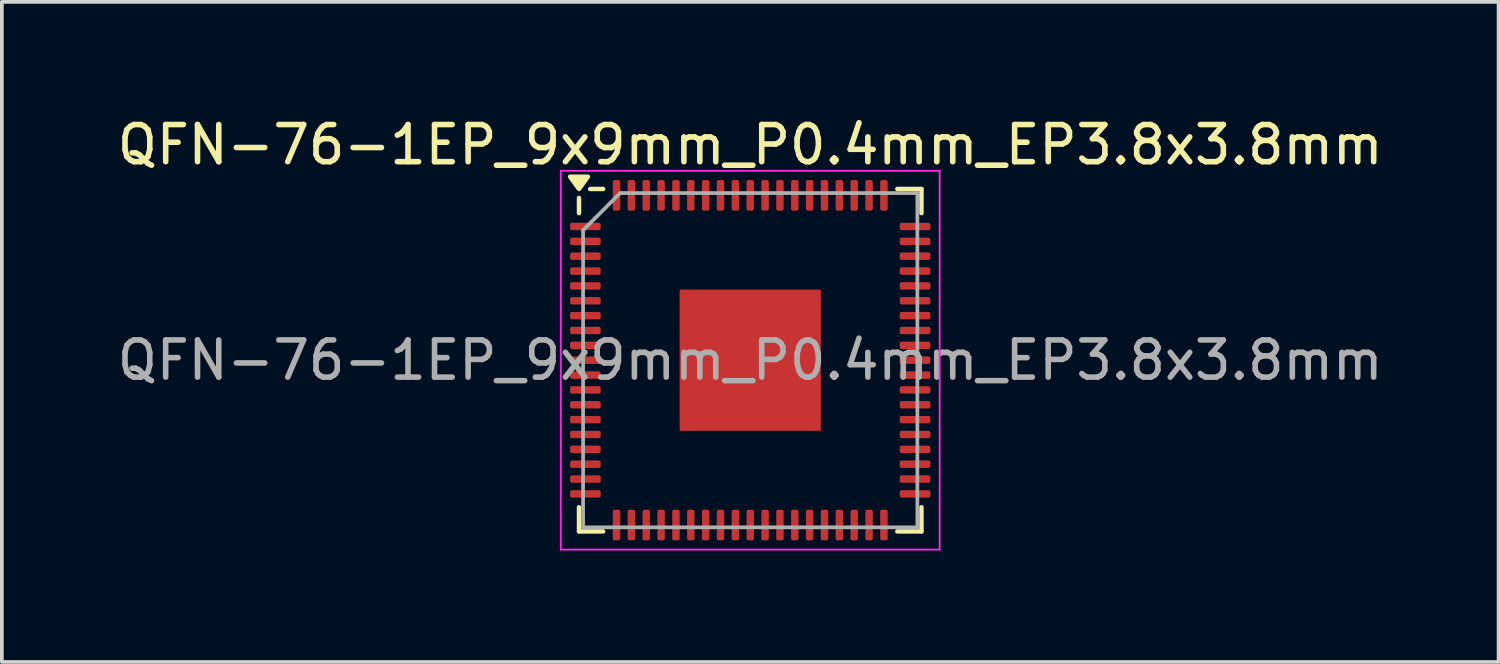
<source format=kicad_pcb>
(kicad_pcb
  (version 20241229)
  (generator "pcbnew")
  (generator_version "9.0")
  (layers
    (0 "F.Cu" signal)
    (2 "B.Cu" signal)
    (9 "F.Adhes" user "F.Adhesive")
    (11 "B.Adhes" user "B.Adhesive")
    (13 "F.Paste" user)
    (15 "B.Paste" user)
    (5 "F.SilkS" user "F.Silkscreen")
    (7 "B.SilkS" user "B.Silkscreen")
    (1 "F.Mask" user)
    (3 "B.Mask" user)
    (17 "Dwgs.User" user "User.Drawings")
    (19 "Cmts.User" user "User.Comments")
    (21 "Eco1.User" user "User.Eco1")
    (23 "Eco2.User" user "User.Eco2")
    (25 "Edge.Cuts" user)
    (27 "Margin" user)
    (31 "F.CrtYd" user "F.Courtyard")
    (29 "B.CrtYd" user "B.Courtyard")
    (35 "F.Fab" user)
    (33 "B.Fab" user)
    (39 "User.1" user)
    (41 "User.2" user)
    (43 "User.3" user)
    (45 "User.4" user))
  (footprint "QFN-76-1EP_9x9mm_P0.4mm_EP3.8x3.8mm"
    (layer "F.Cu")
    (at 17.149 6.648)
    (property "Reference" "QFN-76-1EP_9x9mm_P0.4mm_EP3.8x3.8mm" (at 0 -5.8 0) (layer "F.SilkS") (effects (font (size 1 1) (thickness 0.15))))
    (attr smd)
    (fp_line (start -4.61 -3.96) (end -4.61 -4.37) (stroke (width 0.12) (type solid)) (layer "F.SilkS"))
    (fp_line (start -4.61 4.61) (end -4.61 3.96) (stroke (width 0.12) (type solid)) (layer "F.SilkS"))
    (fp_line (start -3.96 -4.61) (end -4.31 -4.61) (stroke (width 0.12) (type solid)) (layer "F.SilkS"))
    (fp_line (start -3.96 4.61) (end -4.61 4.61) (stroke (width 0.12) (type solid)) (layer "F.SilkS"))
    (fp_line (start 3.96 -4.61) (end 4.61 -4.61) (stroke (width 0.12) (type solid)) (layer "F.SilkS"))
    (fp_line (start 3.96 4.61) (end 4.61 4.61) (stroke (width 0.12) (type solid)) (layer "F.SilkS"))
    (fp_line (start 4.61 -4.61) (end 4.61 -3.96) (stroke (width 0.12) (type solid)) (layer "F.SilkS"))
    (fp_line (start 4.61 4.61) (end 4.61 3.96) (stroke (width 0.12) (type solid)) (layer "F.SilkS"))
    (fp_poly (pts (xy -4.61 -4.61) (xy -4.85 -4.94) (xy -4.37 -4.94) (xy -4.61 -4.61)) (stroke (width 0.12) (type solid)) (fill yes) (layer "F.SilkS"))
    (fp_line (start -5.1 -5.1) (end -5.1 5.1) (stroke (width 0.05) (type solid)) (layer "F.CrtYd"))
    (fp_line (start -5.1 5.1) (end 5.1 5.1) (stroke (width 0.05) (type solid)) (layer "F.CrtYd"))
    (fp_line (start 5.1 -5.1) (end -5.1 -5.1) (stroke (width 0.05) (type solid)) (layer "F.CrtYd"))
    (fp_line (start 5.1 5.1) (end 5.1 -5.1) (stroke (width 0.05) (type solid)) (layer "F.CrtYd"))
    (fp_line (start -4.5 -3.5) (end -3.5 -4.5) (stroke (width 0.1) (type solid)) (layer "F.Fab"))
    (fp_line (start -4.5 4.5) (end -4.5 -3.5) (stroke (width 0.1) (type solid)) (layer "F.Fab"))
    (fp_line (start -3.5 -4.5) (end 4.5 -4.5) (stroke (width 0.1) (type solid)) (layer "F.Fab"))
    (fp_line (start 4.5 -4.5) (end 4.5 4.5) (stroke (width 0.1) (type solid)) (layer "F.Fab"))
    (fp_line (start 4.5 4.5) (end -4.5 4.5) (stroke (width 0.1) (type solid)) (layer "F.Fab"))
    (fp_text user "${REFERENCE}" (at 0 0 0) (layer "F.Fab") (effects (font (size 1 1) (thickness 0.15))))
    (pad "" smd roundrect (at -1.27 -1.27) (size 1.02 1.02) (layers "F.Paste") (roundrect_rratio 0.245))
    (pad "" smd roundrect (at -1.27 0) (size 1.02 1.02) (layers "F.Paste") (roundrect_rratio 0.245))
    (pad "" smd roundrect (at -1.27 1.27) (size 1.02 1.02) (layers "F.Paste") (roundrect_rratio 0.245))
    (pad "" smd roundrect (at 0 -1.27) (size 1.02 1.02) (layers "F.Paste") (roundrect_rratio 0.245))
    (pad "" smd roundrect (at 0 0) (size 1.02 1.02) (layers "F.Paste") (roundrect_rratio 0.245))
    (pad "" smd roundrect (at 0 1.27) (size 1.02 1.02) (layers "F.Paste") (roundrect_rratio 0.245))
    (pad "" smd roundrect (at 1.27 -1.27) (size 1.02 1.02) (layers "F.Paste") (roundrect_rratio 0.245))
    (pad "" smd roundrect (at 1.27 0) (size 1.02 1.02) (layers "F.Paste") (roundrect_rratio 0.245))
    (pad "" smd roundrect (at 1.27 1.27) (size 1.02 1.02) (layers "F.Paste") (roundrect_rratio 0.245))
    (pad "1" smd roundrect (at -4.438 -3.6) (size 0.825 0.2) (layers "F.Cu" "F.Mask" "F.Paste") (roundrect_rratio 0.25))
    (pad "2" smd roundrect (at -4.438 -3.2) (size 0.825 0.2) (layers "F.Cu" "F.Mask" "F.Paste") (roundrect_rratio 0.25))
    (pad "3" smd roundrect (at -4.438 -2.8) (size 0.825 0.2) (layers "F.Cu" "F.Mask" "F.Paste") (roundrect_rratio 0.25))
    (pad "4" smd roundrect (at -4.438 -2.4) (size 0.825 0.2) (layers "F.Cu" "F.Mask" "F.Paste") (roundrect_rratio 0.25))
    (pad "5" smd roundrect (at -4.438 -2) (size 0.825 0.2) (layers "F.Cu" "F.Mask" "F.Paste") (roundrect_rratio 0.25))
    (pad "6" smd roundrect (at -4.438 -1.6) (size 0.825 0.2) (layers "F.Cu" "F.Mask" "F.Paste") (roundrect_rratio 0.25))
    (pad "7" smd roundrect (at -4.438 -1.2) (size 0.825 0.2) (layers "F.Cu" "F.Mask" "F.Paste") (roundrect_rratio 0.25))
    (pad "8" smd roundrect (at -4.438 -0.8) (size 0.825 0.2) (layers "F.Cu" "F.Mask" "F.Paste") (roundrect_rratio 0.25))
    (pad "9" smd roundrect (at -4.438 -0.4) (size 0.825 0.2) (layers "F.Cu" "F.Mask" "F.Paste") (roundrect_rratio 0.25))
    (pad "10" smd roundrect (at -4.438 0) (size 0.825 0.2) (layers "F.Cu" "F.Mask" "F.Paste") (roundrect_rratio 0.25))
    (pad "11" smd roundrect (at -4.438 0.4) (size 0.825 0.2) (layers "F.Cu" "F.Mask" "F.Paste") (roundrect_rratio 0.25))
    (pad "12" smd roundrect (at -4.438 0.8) (size 0.825 0.2) (layers "F.Cu" "F.Mask" "F.Paste") (roundrect_rratio 0.25))
    (pad "13" smd roundrect (at -4.438 1.2) (size 0.825 0.2) (layers "F.Cu" "F.Mask" "F.Paste") (roundrect_rratio 0.25))
    (pad "14" smd roundrect (at -4.438 1.6) (size 0.825 0.2) (layers "F.Cu" "F.Mask" "F.Paste") (roundrect_rratio 0.25))
    (pad "15" smd roundrect (at -4.438 2) (size 0.825 0.2) (layers "F.Cu" "F.Mask" "F.Paste") (roundrect_rratio 0.25))
    (pad "16" smd roundrect (at -4.438 2.4) (size 0.825 0.2) (layers "F.Cu" "F.Mask" "F.Paste") (roundrect_rratio 0.25))
    (pad "17" smd roundrect (at -4.438 2.8) (size 0.825 0.2) (layers "F.Cu" "F.Mask" "F.Paste") (roundrect_rratio 0.25))
    (pad "18" smd roundrect (at -4.438 3.2) (size 0.825 0.2) (layers "F.Cu" "F.Mask" "F.Paste") (roundrect_rratio 0.25))
    (pad "19" smd roundrect (at -4.438 3.6) (size 0.825 0.2) (layers "F.Cu" "F.Mask" "F.Paste") (roundrect_rratio 0.25))
    (pad "20" smd roundrect (at -3.6 4.438) (size 0.2 0.825) (layers "F.Cu" "F.Mask" "F.Paste") (roundrect_rratio 0.25))
    (pad "21" smd roundrect (at -3.2 4.438) (size 0.2 0.825) (layers "F.Cu" "F.Mask" "F.Paste") (roundrect_rratio 0.25))
    (pad "22" smd roundrect (at -2.8 4.438) (size 0.2 0.825) (layers "F.Cu" "F.Mask" "F.Paste") (roundrect_rratio 0.25))
    (pad "23" smd roundrect (at -2.4 4.438) (size 0.2 0.825) (layers "F.Cu" "F.Mask" "F.Paste") (roundrect_rratio 0.25))
    (pad "24" smd roundrect (at -2 4.438) (size 0.2 0.825) (layers "F.Cu" "F.Mask" "F.Paste") (roundrect_rratio 0.25))
    (pad "25" smd roundrect (at -1.6 4.438) (size 0.2 0.825) (layers "F.Cu" "F.Mask" "F.Paste") (roundrect_rratio 0.25))
    (pad "26" smd roundrect (at -1.2 4.438) (size 0.2 0.825) (layers "F.Cu" "F.Mask" "F.Paste") (roundrect_rratio 0.25))
    (pad "27" smd roundrect (at -0.8 4.438) (size 0.2 0.825) (layers "F.Cu" "F.Mask" "F.Paste") (roundrect_rratio 0.25))
    (pad "28" smd roundrect (at -0.4 4.438) (size 0.2 0.825) (layers "F.Cu" "F.Mask" "F.Paste") (roundrect_rratio 0.25))
    (pad "29" smd roundrect (at 0 4.438) (size 0.2 0.825) (layers "F.Cu" "F.Mask" "F.Paste") (roundrect_rratio 0.25))
    (pad "30" smd roundrect (at 0.4 4.438) (size 0.2 0.825) (layers "F.Cu" "F.Mask" "F.Paste") (roundrect_rratio 0.25))
    (pad "31" smd roundrect (at 0.8 4.438) (size 0.2 0.825) (layers "F.Cu" "F.Mask" "F.Paste") (roundrect_rratio 0.25))
    (pad "32" smd roundrect (at 1.2 4.438) (size 0.2 0.825) (layers "F.Cu" "F.Mask" "F.Paste") (roundrect_rratio 0.25))
    (pad "33" smd roundrect (at 1.6 4.438) (size 0.2 0.825) (layers "F.Cu" "F.Mask" "F.Paste") (roundrect_rratio 0.25))
    (pad "34" smd roundrect (at 2 4.438) (size 0.2 0.825) (layers "F.Cu" "F.Mask" "F.Paste") (roundrect_rratio 0.25))
    (pad "35" smd roundrect (at 2.4 4.438) (size 0.2 0.825) (layers "F.Cu" "F.Mask" "F.Paste") (roundrect_rratio 0.25))
    (pad "36" smd roundrect (at 2.8 4.438) (size 0.2 0.825) (layers "F.Cu" "F.Mask" "F.Paste") (roundrect_rratio 0.25))
    (pad "37" smd roundrect (at 3.2 4.438) (size 0.2 0.825) (layers "F.Cu" "F.Mask" "F.Paste") (roundrect_rratio 0.25))
    (pad "38" smd roundrect (at 3.6 4.438) (size 0.2 0.825) (layers "F.Cu" "F.Mask" "F.Paste") (roundrect_rratio 0.25))
    (pad "39" smd roundrect (at 4.438 3.6) (size 0.825 0.2) (layers "F.Cu" "F.Mask" "F.Paste") (roundrect_rratio 0.25))
    (pad "40" smd roundrect (at 4.438 3.2) (size 0.825 0.2) (layers "F.Cu" "F.Mask" "F.Paste") (roundrect_rratio 0.25))
    (pad "41" smd roundrect (at 4.438 2.8) (size 0.825 0.2) (layers "F.Cu" "F.Mask" "F.Paste") (roundrect_rratio 0.25))
    (pad "42" smd roundrect (at 4.438 2.4) (size 0.825 0.2) (layers "F.Cu" "F.Mask" "F.Paste") (roundrect_rratio 0.25))
    (pad "43" smd roundrect (at 4.438 2) (size 0.825 0.2) (layers "F.Cu" "F.Mask" "F.Paste") (roundrect_rratio 0.25))
    (pad "44" smd roundrect (at 4.438 1.6) (size 0.825 0.2) (layers "F.Cu" "F.Mask" "F.Paste") (roundrect_rratio 0.25))
    (pad "45" smd roundrect (at 4.438 1.2) (size 0.825 0.2) (layers "F.Cu" "F.Mask" "F.Paste") (roundrect_rratio 0.25))
    (pad "46" smd roundrect (at 4.438 0.8) (size 0.825 0.2) (layers "F.Cu" "F.Mask" "F.Paste") (roundrect_rratio 0.25))
    (pad "47" smd roundrect (at 4.438 0.4) (size 0.825 0.2) (layers "F.Cu" "F.Mask" "F.Paste") (roundrect_rratio 0.25))
    (pad "48" smd roundrect (at 4.438 0) (size 0.825 0.2) (layers "F.Cu" "F.Mask" "F.Paste") (roundrect_rratio 0.25))
    (pad "49" smd roundrect (at 4.438 -0.4) (size 0.825 0.2) (layers "F.Cu" "F.Mask" "F.Paste") (roundrect_rratio 0.25))
    (pad "50" smd roundrect (at 4.438 -0.8) (size 0.825 0.2) (layers "F.Cu" "F.Mask" "F.Paste") (roundrect_rratio 0.25))
    (pad "51" smd roundrect (at 4.438 -1.2) (size 0.825 0.2) (layers "F.Cu" "F.Mask" "F.Paste") (roundrect_rratio 0.25))
    (pad "52" smd roundrect (at 4.438 -1.6) (size 0.825 0.2) (layers "F.Cu" "F.Mask" "F.Paste") (roundrect_rratio 0.25))
    (pad "53" smd roundrect (at 4.438 -2) (size 0.825 0.2) (layers "F.Cu" "F.Mask" "F.Paste") (roundrect_rratio 0.25))
    (pad "54" smd roundrect (at 4.438 -2.4) (size 0.825 0.2) (layers "F.Cu" "F.Mask" "F.Paste") (roundrect_rratio 0.25))
    (pad "55" smd roundrect (at 4.438 -2.8) (size 0.825 0.2) (layers "F.Cu" "F.Mask" "F.Paste") (roundrect_rratio 0.25))
    (pad "56" smd roundrect (at 4.438 -3.2) (size 0.825 0.2) (layers "F.Cu" "F.Mask" "F.Paste") (roundrect_rratio 0.25))
    (pad "57" smd roundrect (at 4.438 -3.6) (size 0.825 0.2) (layers "F.Cu" "F.Mask" "F.Paste") (roundrect_rratio 0.25))
    (pad "58" smd roundrect (at 3.6 -4.438) (size 0.2 0.825) (layers "F.Cu" "F.Mask" "F.Paste") (roundrect_rratio 0.25))
    (pad "59" smd roundrect (at 3.2 -4.438) (size 0.2 0.825) (layers "F.Cu" "F.Mask" "F.Paste") (roundrect_rratio 0.25))
    (pad "60" smd roundrect (at 2.8 -4.438) (size 0.2 0.825) (layers "F.Cu" "F.Mask" "F.Paste") (roundrect_rratio 0.25))
    (pad "61" smd roundrect (at 2.4 -4.438) (size 0.2 0.825) (layers "F.Cu" "F.Mask" "F.Paste") (roundrect_rratio 0.25))
    (pad "62" smd roundrect (at 2 -4.438) (size 0.2 0.825) (layers "F.Cu" "F.Mask" "F.Paste") (roundrect_rratio 0.25))
    (pad "63" smd roundrect (at 1.6 -4.438) (size 0.2 0.825) (layers "F.Cu" "F.Mask" "F.Paste") (roundrect_rratio 0.25))
    (pad "64" smd roundrect (at 1.2 -4.438) (size 0.2 0.825) (layers "F.Cu" "F.Mask" "F.Paste") (roundrect_rratio 0.25))
    (pad "65" smd roundrect (at 0.8 -4.438) (size 0.2 0.825) (layers "F.Cu" "F.Mask" "F.Paste") (roundrect_rratio 0.25))
    (pad "66" smd roundrect (at 0.4 -4.438) (size 0.2 0.825) (layers "F.Cu" "F.Mask" "F.Paste") (roundrect_rratio 0.25))
    (pad "67" smd roundrect (at 0 -4.438) (size 0.2 0.825) (layers "F.Cu" "F.Mask" "F.Paste") (roundrect_rratio 0.25))
    (pad "68" smd roundrect (at -0.4 -4.438) (size 0.2 0.825) (layers "F.Cu" "F.Mask" "F.Paste") (roundrect_rratio 0.25))
    (pad "69" smd roundrect (at -0.8 -4.438) (size 0.2 0.825) (layers "F.Cu" "F.Mask" "F.Paste") (roundrect_rratio 0.25))
    (pad "70" smd roundrect (at -1.2 -4.438) (size 0.2 0.825) (layers "F.Cu" "F.Mask" "F.Paste") (roundrect_rratio 0.25))
    (pad "71" smd roundrect (at -1.6 -4.438) (size 0.2 0.825) (layers "F.Cu" "F.Mask" "F.Paste") (roundrect_rratio 0.25))
    (pad "72" smd roundrect (at -2 -4.438) (size 0.2 0.825) (layers "F.Cu" "F.Mask" "F.Paste") (roundrect_rratio 0.25))
    (pad "73" smd roundrect (at -2.4 -4.438) (size 0.2 0.825) (layers "F.Cu" "F.Mask" "F.Paste") (roundrect_rratio 0.25))
    (pad "74" smd roundrect (at -2.8 -4.438) (size 0.2 0.825) (layers "F.Cu" "F.Mask" "F.Paste") (roundrect_rratio 0.25))
    (pad "75" smd roundrect (at -3.2 -4.438) (size 0.2 0.825) (layers "F.Cu" "F.Mask" "F.Paste") (roundrect_rratio 0.25))
    (pad "76" smd roundrect (at -3.6 -4.438) (size 0.2 0.825) (layers "F.Cu" "F.Mask" "F.Paste") (roundrect_rratio 0.25))
    (pad "77" smd rect (at 0 0) (size 3.8 3.8) (property pad_prop_heatsink) (layers "F.Cu" "F.Mask")))
  (gr_rect
    (start -3 -3)
    (end 37.298 14.773)
    (stroke (width 0.1) (type default))
    (fill no)
    (layer "Edge.Cuts")))
</source>
